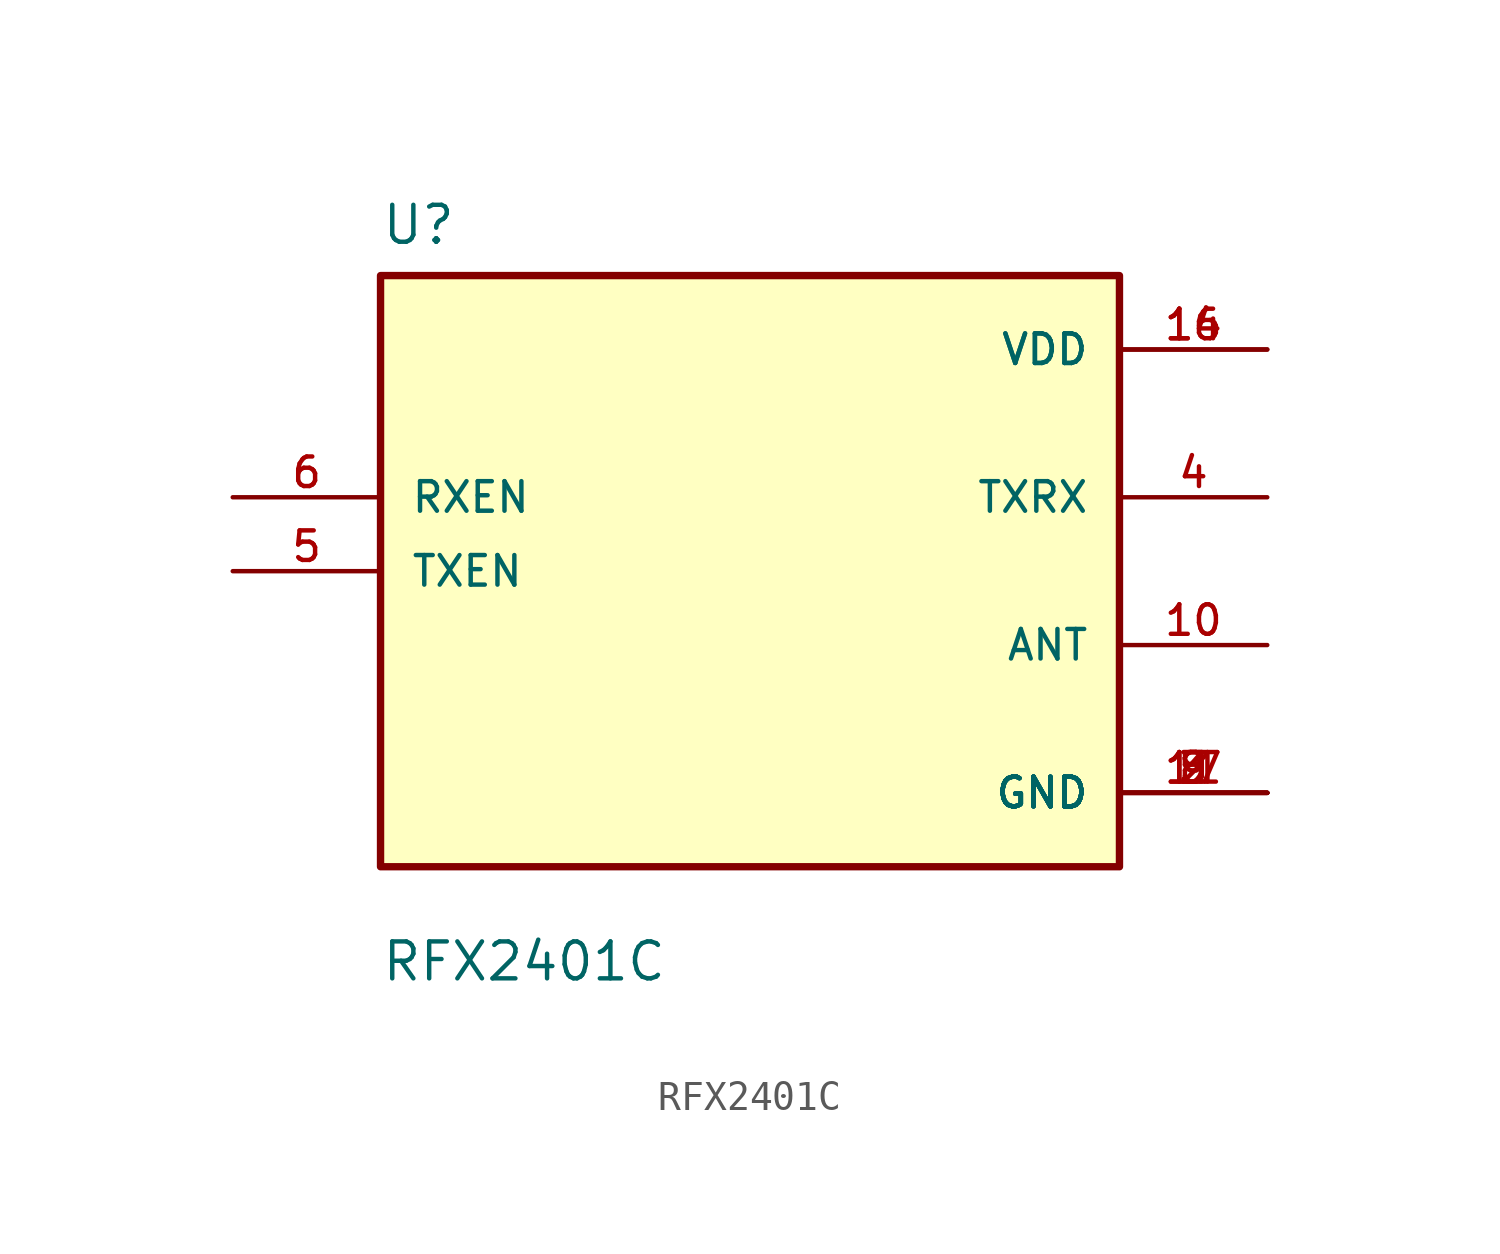
<source format=kicad_sym>
(kicad_symbol_lib
  (version 20211014)
  (generator kicad_symbol_editor)
  (symbol "RFX2401C"
    (pin_names
      (offset 1.016))
    (property "Reference" "U"
      (at -12.7 11.16 0.0)
      (effects (font (size 1.27 1.27)) (justify bottom left)))
    (property "Value" "RFX2401C"
      (at -12.7 -14.16 0.0)
      (effects (font (size 1.27 1.27)) (justify bottom left)))
    (symbol "RFX2401C_0_0"
      (rectangle (start -12.7 -10.16) (end 12.7 10.16) (stroke (width 0.254)) (fill (type background)))
      (pin input line (at -17.78 2.54 0) (length 5.08) (name "RXEN" (effects (font (size 1.016 1.016)))) (number "6" (effects (font (size 1.016 1.016)))))
      (pin input line (at -17.78 0.0 0) (length 5.08) (name "TXEN" (effects (font (size 1.016 1.016)))) (number "5" (effects (font (size 1.016 1.016)))))
      (pin passive line (at 17.78 -2.54 180.0) (length 5.08) (name "ANT" (effects (font (size 1.016 1.016)))) (number "10" (effects (font (size 1.016 1.016)))))
      (pin bidirectional line (at 17.78 2.54 180.0) (length 5.08) (name "TXRX" (effects (font (size 1.016 1.016)))) (number "4" (effects (font (size 1.016 1.016)))))
      (pin power_in line (at 17.78 7.62 180.0) (length 5.08) (name "VDD" (effects (font (size 1.016 1.016)))) (number "14" (effects (font (size 1.016 1.016)))))
      (pin power_in line (at 17.78 7.62 180.0) (length 5.08) (name "VDD" (effects (font (size 1.016 1.016)))) (number "16" (effects (font (size 1.016 1.016)))))
      (pin power_in line (at 17.78 -7.62 180.0) (length 5.08) (name "GND" (effects (font (size 1.016 1.016)))) (number "2" (effects (font (size 1.016 1.016)))))
      (pin power_in line (at 17.78 -7.62 180.0) (length 5.08) (name "GND" (effects (font (size 1.016 1.016)))) (number "3" (effects (font (size 1.016 1.016)))))
      (pin power_in line (at 17.78 -7.62 180.0) (length 5.08) (name "GND" (effects (font (size 1.016 1.016)))) (number "8" (effects (font (size 1.016 1.016)))))
      (pin power_in line (at 17.78 -7.62 180.0) (length 5.08) (name "GND" (effects (font (size 1.016 1.016)))) (number "9" (effects (font (size 1.016 1.016)))))
      (pin power_in line (at 17.78 -7.62 180.0) (length 5.08) (name "GND" (effects (font (size 1.016 1.016)))) (number "11" (effects (font (size 1.016 1.016)))))
      (pin power_in line (at 17.78 -7.62 180.0) (length 5.08) (name "GND" (effects (font (size 1.016 1.016)))) (number "17" (effects (font (size 1.016 1.016))))))))
</source>
